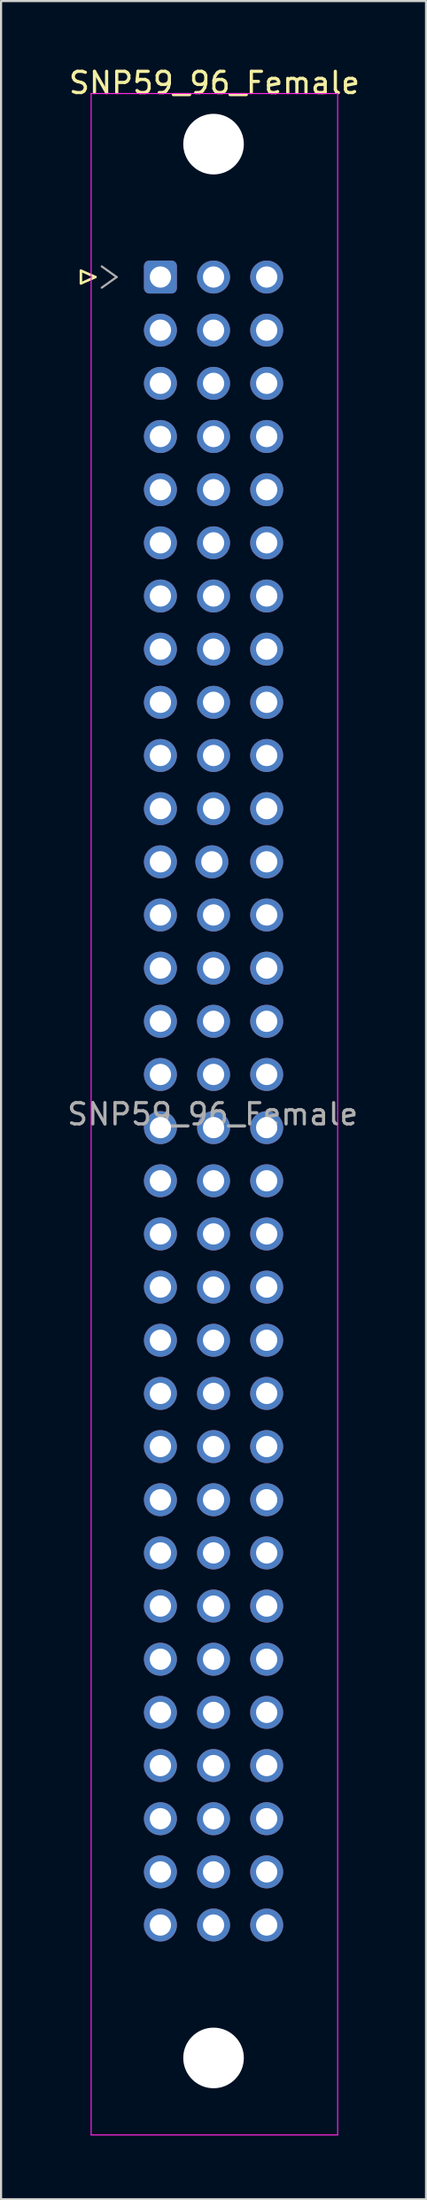
<source format=kicad_pcb>
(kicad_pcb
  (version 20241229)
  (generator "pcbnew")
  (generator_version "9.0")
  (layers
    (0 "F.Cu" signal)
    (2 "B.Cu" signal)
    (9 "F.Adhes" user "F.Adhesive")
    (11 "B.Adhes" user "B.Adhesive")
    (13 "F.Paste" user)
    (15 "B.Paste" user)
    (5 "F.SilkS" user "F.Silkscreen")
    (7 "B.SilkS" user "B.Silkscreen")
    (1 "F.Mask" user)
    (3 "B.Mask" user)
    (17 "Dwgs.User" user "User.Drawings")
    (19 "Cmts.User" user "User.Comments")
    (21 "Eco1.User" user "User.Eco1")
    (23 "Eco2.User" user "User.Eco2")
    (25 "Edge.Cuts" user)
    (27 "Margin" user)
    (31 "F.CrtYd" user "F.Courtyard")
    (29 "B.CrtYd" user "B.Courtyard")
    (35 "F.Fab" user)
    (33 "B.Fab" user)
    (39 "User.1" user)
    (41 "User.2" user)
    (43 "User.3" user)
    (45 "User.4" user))
  (footprint "SNP59_96_Female"
    (layer "F.Cu")
    (at 4.498 9.978)
    (property "Reference" "SNP59_96_Female" (at 2.54 -9.13 0) (layer "F.SilkS") (effects (font (size 1 1) (thickness 0.15))))
    (attr through_hole)
    (fp_line (start -3.74 -0.3) (end -3.74 0.3) (stroke (width 0.12) (type solid)) (layer "F.SilkS"))
    (fp_line (start -3.74 0.3) (end -3.06 0) (stroke (width 0.12) (type solid)) (layer "F.SilkS"))
    (fp_line (start -3.06 0) (end -3.74 -0.3) (stroke (width 0.12) (type solid)) (layer "F.SilkS"))
    (fp_line (start -3.26 -8.63) (end 8.34 -8.63) (stroke (width 0.05) (type solid)) (layer "F.CrtYd"))
    (fp_line (start -3.26 87.37) (end -3.26 -8.63) (stroke (width 0.05) (type solid)) (layer "F.CrtYd"))
    (fp_line (start 8.34 -8.63) (end 8.34 87.37) (stroke (width 0.05) (type solid)) (layer "F.CrtYd"))
    (fp_line (start 8.34 87.37) (end -3.26 87.37) (stroke (width 0.05) (type solid)) (layer "F.CrtYd"))
    (fp_line (start -2.76 -0.5) (end -2.06 0) (stroke (width 0.1) (type solid)) (layer "F.Fab"))
    (fp_line (start -2.06 0) (end -2.76 0.5) (stroke (width 0.1) (type solid)) (layer "F.Fab"))
    (fp_text user "${REFERENCE}" (at 2.46 39.37 0) (layer "F.Fab") (effects (font (size 1 1) (thickness 0.15))))
    (pad "" np_thru_hole circle (at 2.5 -6.25) (size 2.85 2.85) (drill 2.85) (layers "*.Cu" "*.Mask"))
    (pad "" np_thru_hole circle (at 2.5 83.75) (size 2.85 2.85) (drill 2.85) (layers "*.Cu" "*.Mask"))
    (pad "a1" thru_hole roundrect (at 0 0) (size 1.55 1.55) (drill 1) (layers "*.Cu" "*.Mask") (roundrect_rratio 0.161))
    (pad "a2" thru_hole circle (at 0 2.5) (size 1.55 1.55) (drill 1) (layers "*.Cu" "*.Mask"))
    (pad "a3" thru_hole circle (at 0 5) (size 1.55 1.55) (drill 1) (layers "*.Cu" "*.Mask"))
    (pad "a4" thru_hole circle (at 0 7.5) (size 1.55 1.55) (drill 1) (layers "*.Cu" "*.Mask"))
    (pad "a5" thru_hole circle (at 0 10) (size 1.55 1.55) (drill 1) (layers "*.Cu" "*.Mask"))
    (pad "a6" thru_hole circle (at 0 12.5) (size 1.55 1.55) (drill 1) (layers "*.Cu" "*.Mask"))
    (pad "a7" thru_hole circle (at 0 15) (size 1.55 1.55) (drill 1) (layers "*.Cu" "*.Mask"))
    (pad "a8" thru_hole circle (at 0 17.5) (size 1.55 1.55) (drill 1) (layers "*.Cu" "*.Mask"))
    (pad "a9" thru_hole circle (at 0 20) (size 1.55 1.55) (drill 1) (layers "*.Cu" "*.Mask"))
    (pad "a10" thru_hole circle (at 0 22.5) (size 1.55 1.55) (drill 1) (layers "*.Cu" "*.Mask"))
    (pad "a11" thru_hole circle (at 0 25) (size 1.55 1.55) (drill 1) (layers "*.Cu" "*.Mask"))
    (pad "a12" thru_hole circle (at 0 27.5) (size 1.55 1.55) (drill 1) (layers "*.Cu" "*.Mask"))
    (pad "a13" thru_hole circle (at 0 30) (size 1.55 1.55) (drill 1) (layers "*.Cu" "*.Mask"))
    (pad "a14" thru_hole circle (at 0 32.5) (size 1.55 1.55) (drill 1) (layers "*.Cu" "*.Mask"))
    (pad "a15" thru_hole circle (at 0 35) (size 1.55 1.55) (drill 1) (layers "*.Cu" "*.Mask"))
    (pad "a16" thru_hole circle (at 0 37.5) (size 1.55 1.55) (drill 1) (layers "*.Cu" "*.Mask"))
    (pad "a17" thru_hole circle (at 0 40) (size 1.55 1.55) (drill 1) (layers "*.Cu" "*.Mask"))
    (pad "a18" thru_hole circle (at 0 42.5) (size 1.55 1.55) (drill 1) (layers "*.Cu" "*.Mask"))
    (pad "a19" thru_hole circle (at 0 45) (size 1.55 1.55) (drill 1) (layers "*.Cu" "*.Mask"))
    (pad "a20" thru_hole circle (at 0 47.5) (size 1.55 1.55) (drill 1) (layers "*.Cu" "*.Mask"))
    (pad "a21" thru_hole circle (at 0 50) (size 1.55 1.55) (drill 1) (layers "*.Cu" "*.Mask"))
    (pad "a22" thru_hole circle (at 0 52.5) (size 1.55 1.55) (drill 1) (layers "*.Cu" "*.Mask"))
    (pad "a23" thru_hole circle (at 0 55) (size 1.55 1.55) (drill 1) (layers "*.Cu" "*.Mask"))
    (pad "a24" thru_hole circle (at 0 57.5) (size 1.55 1.55) (drill 1) (layers "*.Cu" "*.Mask"))
    (pad "a25" thru_hole circle (at 0 60) (size 1.55 1.55) (drill 1) (layers "*.Cu" "*.Mask"))
    (pad "a26" thru_hole circle (at 0 62.5) (size 1.55 1.55) (drill 1) (layers "*.Cu" "*.Mask"))
    (pad "a27" thru_hole circle (at 0 65) (size 1.55 1.55) (drill 1) (layers "*.Cu" "*.Mask"))
    (pad "a28" thru_hole circle (at 0 67.5) (size 1.55 1.55) (drill 1) (layers "*.Cu" "*.Mask"))
    (pad "a29" thru_hole circle (at 0 70) (size 1.55 1.55) (drill 1) (layers "*.Cu" "*.Mask"))
    (pad "a30" thru_hole circle (at 0 72.5) (size 1.55 1.55) (drill 1) (layers "*.Cu" "*.Mask"))
    (pad "a31" thru_hole circle (at 0 75) (size 1.55 1.55) (drill 1) (layers "*.Cu" "*.Mask"))
    (pad "a32" thru_hole circle (at 0 77.5) (size 1.55 1.55) (drill 1) (layers "*.Cu" "*.Mask"))
    (pad "b1" thru_hole circle (at 2.5 0) (size 1.55 1.55) (drill 1) (layers "*.Cu" "*.Mask"))
    (pad "b2" thru_hole circle (at 2.5 2.5) (size 1.55 1.55) (drill 1) (layers "*.Cu" "*.Mask"))
    (pad "b3" thru_hole circle (at 2.5 5) (size 1.55 1.55) (drill 1) (layers "*.Cu" "*.Mask"))
    (pad "b4" thru_hole circle (at 2.5 7.5) (size 1.55 1.55) (drill 1) (layers "*.Cu" "*.Mask"))
    (pad "b5" thru_hole circle (at 2.5 10) (size 1.55 1.55) (drill 1) (layers "*.Cu" "*.Mask"))
    (pad "b6" thru_hole circle (at 2.5 12.5) (size 1.55 1.55) (drill 1) (layers "*.Cu" "*.Mask"))
    (pad "b7" thru_hole circle (at 2.5 15) (size 1.55 1.55) (drill 1) (layers "*.Cu" "*.Mask"))
    (pad "b8" thru_hole circle (at 2.5 17.5) (size 1.55 1.55) (drill 1) (layers "*.Cu" "*.Mask"))
    (pad "b9" thru_hole circle (at 2.5 20) (size 1.55 1.55) (drill 1) (layers "*.Cu" "*.Mask"))
    (pad "b10" thru_hole circle (at 2.5 22.5) (size 1.55 1.55) (drill 1) (layers "*.Cu" "*.Mask"))
    (pad "b11" thru_hole circle (at 2.5 25) (size 1.55 1.55) (drill 1) (layers "*.Cu" "*.Mask"))
    (pad "b12" thru_hole circle (at 2.42 27.5) (size 1.55 1.55) (drill 1) (layers "*.Cu" "*.Mask"))
    (pad "b13" thru_hole circle (at 2.5 30) (size 1.55 1.55) (drill 1) (layers "*.Cu" "*.Mask"))
    (pad "b14" thru_hole circle (at 2.5 32.5) (size 1.55 1.55) (drill 1) (layers "*.Cu" "*.Mask"))
    (pad "b15" thru_hole circle (at 2.5 35) (size 1.55 1.55) (drill 1) (layers "*.Cu" "*.Mask"))
    (pad "b16" thru_hole circle (at 2.5 37.5) (size 1.55 1.55) (drill 1) (layers "*.Cu" "*.Mask"))
    (pad "b17" thru_hole circle (at 2.5 40) (size 1.55 1.55) (drill 1) (layers "*.Cu" "*.Mask"))
    (pad "b18" thru_hole circle (at 2.5 42.5) (size 1.55 1.55) (drill 1) (layers "*.Cu" "*.Mask"))
    (pad "b19" thru_hole circle (at 2.5 45) (size 1.55 1.55) (drill 1) (layers "*.Cu" "*.Mask"))
    (pad "b20" thru_hole circle (at 2.5 47.5) (size 1.55 1.55) (drill 1) (layers "*.Cu" "*.Mask"))
    (pad "b21" thru_hole circle (at 2.5 50) (size 1.55 1.55) (drill 1) (layers "*.Cu" "*.Mask"))
    (pad "b22" thru_hole circle (at 2.5 52.5) (size 1.55 1.55) (drill 1) (layers "*.Cu" "*.Mask"))
    (pad "b23" thru_hole circle (at 2.5 55) (size 1.55 1.55) (drill 1) (layers "*.Cu" "*.Mask"))
    (pad "b24" thru_hole circle (at 2.5 57.5) (size 1.55 1.55) (drill 1) (layers "*.Cu" "*.Mask"))
    (pad "b25" thru_hole circle (at 2.5 60) (size 1.55 1.55) (drill 1) (layers "*.Cu" "*.Mask"))
    (pad "b26" thru_hole circle (at 2.5 62.5) (size 1.55 1.55) (drill 1) (layers "*.Cu" "*.Mask"))
    (pad "b27" thru_hole circle (at 2.5 65) (size 1.55 1.55) (drill 1) (layers "*.Cu" "*.Mask"))
    (pad "b28" thru_hole circle (at 2.5 67.5) (size 1.55 1.55) (drill 1) (layers "*.Cu" "*.Mask"))
    (pad "b29" thru_hole circle (at 2.5 70) (size 1.55 1.55) (drill 1) (layers "*.Cu" "*.Mask"))
    (pad "b30" thru_hole circle (at 2.5 72.5) (size 1.55 1.55) (drill 1) (layers "*.Cu" "*.Mask"))
    (pad "b31" thru_hole circle (at 2.5 75) (size 1.55 1.55) (drill 1) (layers "*.Cu" "*.Mask"))
    (pad "b32" thru_hole circle (at 2.5 77.5) (size 1.55 1.55) (drill 1) (layers "*.Cu" "*.Mask"))
    (pad "c1" thru_hole circle (at 5 0) (size 1.55 1.55) (drill 1) (layers "*.Cu" "*.Mask"))
    (pad "c2" thru_hole circle (at 5 2.5) (size 1.55 1.55) (drill 1) (layers "*.Cu" "*.Mask"))
    (pad "c3" thru_hole circle (at 5 5) (size 1.55 1.55) (drill 1) (layers "*.Cu" "*.Mask"))
    (pad "c4" thru_hole circle (at 5 7.5) (size 1.55 1.55) (drill 1) (layers "*.Cu" "*.Mask"))
    (pad "c5" thru_hole circle (at 5 10) (size 1.55 1.55) (drill 1) (layers "*.Cu" "*.Mask"))
    (pad "c6" thru_hole circle (at 5 12.5) (size 1.55 1.55) (drill 1) (layers "*.Cu" "*.Mask"))
    (pad "c7" thru_hole circle (at 5 15) (size 1.55 1.55) (drill 1) (layers "*.Cu" "*.Mask"))
    (pad "c8" thru_hole circle (at 5 17.5) (size 1.55 1.55) (drill 1) (layers "*.Cu" "*.Mask"))
    (pad "c9" thru_hole circle (at 5 20) (size 1.55 1.55) (drill 1) (layers "*.Cu" "*.Mask"))
    (pad "c10" thru_hole circle (at 5 22.5) (size 1.55 1.55) (drill 1) (layers "*.Cu" "*.Mask"))
    (pad "c11" thru_hole circle (at 5 25) (size 1.55 1.55) (drill 1) (layers "*.Cu" "*.Mask"))
    (pad "c12" thru_hole circle (at 5 27.5) (size 1.55 1.55) (drill 1) (layers "*.Cu" "*.Mask"))
    (pad "c13" thru_hole circle (at 5 30) (size 1.55 1.55) (drill 1) (layers "*.Cu" "*.Mask"))
    (pad "c14" thru_hole circle (at 5 32.5) (size 1.55 1.55) (drill 1) (layers "*.Cu" "*.Mask"))
    (pad "c15" thru_hole circle (at 5 35) (size 1.55 1.55) (drill 1) (layers "*.Cu" "*.Mask"))
    (pad "c16" thru_hole circle (at 5 37.5) (size 1.55 1.55) (drill 1) (layers "*.Cu" "*.Mask"))
    (pad "c17" thru_hole circle (at 5 40) (size 1.55 1.55) (drill 1) (layers "*.Cu" "*.Mask"))
    (pad "c18" thru_hole circle (at 5 42.5) (size 1.55 1.55) (drill 1) (layers "*.Cu" "*.Mask"))
    (pad "c19" thru_hole circle (at 5 45) (size 1.55 1.55) (drill 1) (layers "*.Cu" "*.Mask"))
    (pad "c20" thru_hole circle (at 5 47.5) (size 1.55 1.55) (drill 1) (layers "*.Cu" "*.Mask"))
    (pad "c21" thru_hole circle (at 5 50) (size 1.55 1.55) (drill 1) (layers "*.Cu" "*.Mask"))
    (pad "c22" thru_hole circle (at 5 52.5) (size 1.55 1.55) (drill 1) (layers "*.Cu" "*.Mask"))
    (pad "c23" thru_hole circle (at 5 55) (size 1.55 1.55) (drill 1) (layers "*.Cu" "*.Mask"))
    (pad "c24" thru_hole circle (at 5 57.5) (size 1.55 1.55) (drill 1) (layers "*.Cu" "*.Mask"))
    (pad "c25" thru_hole circle (at 5 60) (size 1.55 1.55) (drill 1) (layers "*.Cu" "*.Mask"))
    (pad "c26" thru_hole circle (at 5 62.5) (size 1.55 1.55) (drill 1) (layers "*.Cu" "*.Mask"))
    (pad "c27" thru_hole circle (at 5 65) (size 1.55 1.55) (drill 1) (layers "*.Cu" "*.Mask"))
    (pad "c28" thru_hole circle (at 5 67.5) (size 1.55 1.55) (drill 1) (layers "*.Cu" "*.Mask"))
    (pad "c29" thru_hole circle (at 5 70) (size 1.55 1.55) (drill 1) (layers "*.Cu" "*.Mask"))
    (pad "c30" thru_hole circle (at 5 72.5) (size 1.55 1.55) (drill 1) (layers "*.Cu" "*.Mask"))
    (pad "c31" thru_hole circle (at 5 75) (size 1.55 1.55) (drill 1) (layers "*.Cu" "*.Mask"))
    (pad "c32" thru_hole circle (at 5 77.5) (size 1.55 1.55) (drill 1) (layers "*.Cu" "*.Mask")))
  (gr_rect
    (start -3 -3)
    (end 16.997 100.373)
    (stroke (width 0.1) (type default))
    (fill no)
    (layer "Edge.Cuts")))
</source>
